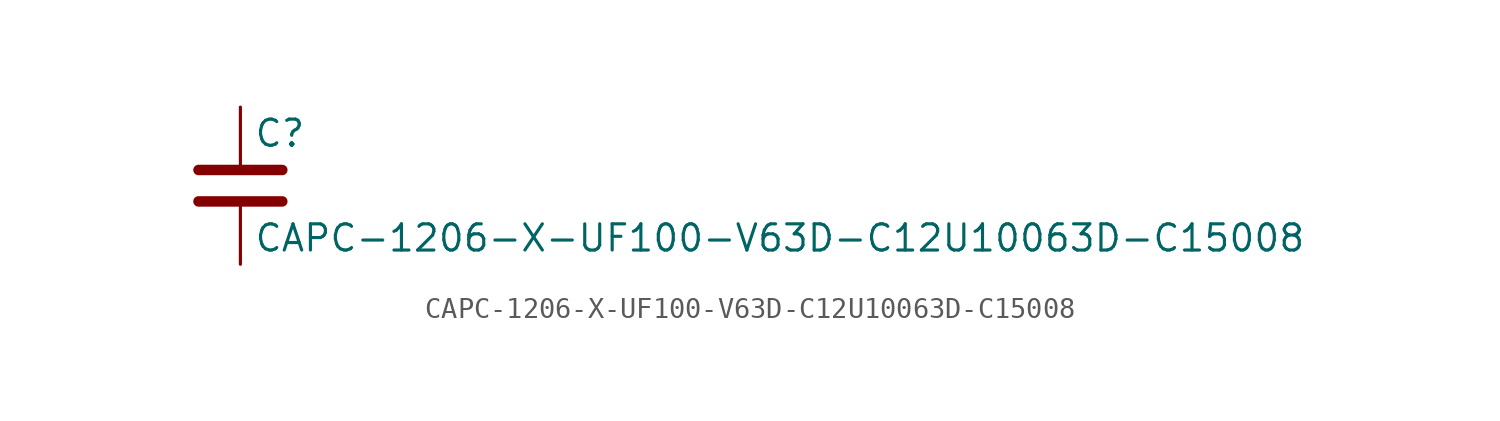
<source format=kicad_sym>
(kicad_symbol_lib
  (version 20211014)
  (generator kicad_symbol_editor)
  (symbol "CAPC-1206-X-UF100-V63D-C12U10063D-C15008"
    (pin_numbers hide)
    (pin_names
      (offset 0.254))
    (property "Reference" "C"
      (at 0.635 2.54 0)
      (effects (font (size 1.27 1.27)) (justify left)))
    (property "Value" "CAPC-1206-X-UF100-V63D-C12U10063D-C15008"
      (at 0.635 -2.54 0)
      (effects (font (size 1.27 1.27)) (justify left)))
    (symbol "CAPC-1206-X-UF100-V63D-C12U10063D-C15008_0_1"
      (polyline (pts (xy -2.032 -0.762) (xy 2.032 -0.762)) (stroke (width 0.508) (type default) (color 0 0 0 0)) (fill (type none)))
      (polyline (pts (xy -2.032 0.762) (xy 2.032 0.762)) (stroke (width 0.508) (type default) (color 0 0 0 0)) (fill (type none))))
    (symbol "CAPC-1206-X-UF100-V63D-C12U10063D-C15008_1_1"
      (pin passive line (at 0 3.81 270) (length 2.794) (name "~" (effects (font (size 1.27 1.27)))) (number "1" (effects (font (size 1.27 1.27)))))
      (pin passive line (at 0 -3.81 90) (length 2.794) (name "~" (effects (font (size 1.27 1.27)))) (number "2" (effects (font (size 1.27 1.27))))))))
</source>
